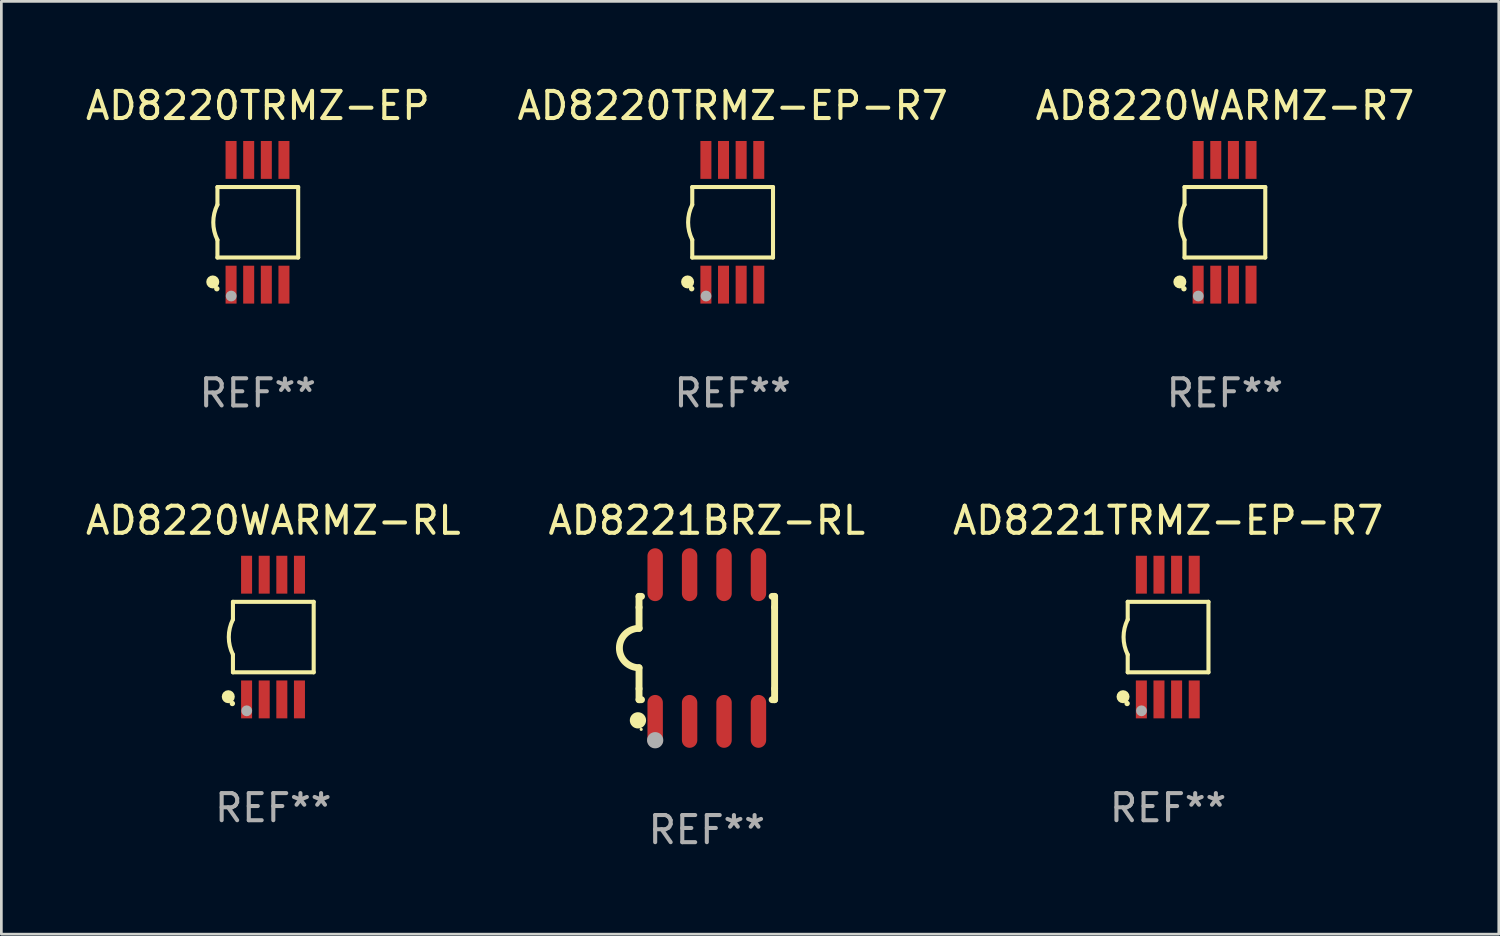
<source format=kicad_pcb>
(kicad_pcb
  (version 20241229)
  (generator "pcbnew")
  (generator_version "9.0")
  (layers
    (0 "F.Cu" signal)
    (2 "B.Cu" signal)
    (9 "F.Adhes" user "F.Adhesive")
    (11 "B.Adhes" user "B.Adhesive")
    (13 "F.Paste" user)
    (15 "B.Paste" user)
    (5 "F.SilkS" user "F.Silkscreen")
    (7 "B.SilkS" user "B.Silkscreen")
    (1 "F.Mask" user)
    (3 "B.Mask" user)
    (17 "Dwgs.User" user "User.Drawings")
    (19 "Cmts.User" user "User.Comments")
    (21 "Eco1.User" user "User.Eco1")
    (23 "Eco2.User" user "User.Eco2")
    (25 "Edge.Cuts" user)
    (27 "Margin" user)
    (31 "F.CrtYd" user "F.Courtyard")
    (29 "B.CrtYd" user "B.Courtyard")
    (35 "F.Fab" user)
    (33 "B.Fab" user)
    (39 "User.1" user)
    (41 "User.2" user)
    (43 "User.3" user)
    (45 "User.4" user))
  (footprint "AD8220TRMZ-EP"
    (layer "F.Cu")
    (at 6.458 5.148)
    (property "Reference" "AD8220TRMZ-EP" (at 0 -4.3 0) (layer "F.SilkS") (effects (font (size 1 1) (thickness 0.15))))
    (attr through_hole)
    (fp_line (start -1.489 -1.3) (end -1.489 -0.648) (stroke (width 0.15) (type solid)) (layer "F.SilkS"))
    (fp_line (start -1.489 0.648) (end -1.489 1.3) (stroke (width 0.15) (type solid)) (layer "F.SilkS"))
    (fp_line (start -1.489 1.3) (end 1.489 1.3) (stroke (width 0.15) (type solid)) (layer "F.SilkS"))
    (fp_line (start 1.489 -1.3) (end -1.489 -1.3) (stroke (width 0.15) (type solid)) (layer "F.SilkS"))
    (fp_line (start 1.489 1.3) (end 1.489 -1.3) (stroke (width 0.15) (type solid)) (layer "F.SilkS"))
    (fp_arc (start -1.489205 0.647702) (mid -1.642107 0) (end -1.489205 -0.647701) (stroke (width 0.150013) (type solid)) (layer "F.SilkS"))
    (fp_circle (center -1.661 2.2) (end -1.541 2.2) (stroke (width 0.24) (type solid)) (fill no) (layer "F.SilkS"))
    (fp_circle (center -1.511 2.45) (end -1.461 2.45) (stroke (width 0.1) (type solid)) (fill no) (layer "F.SilkS"))
    (fp_circle (center -0.981 2.72) (end -0.881 2.72) (stroke (width 0.2) (type solid)) (fill no) (layer "F.Fab"))
    (fp_text user "REF**" (at 0 6.3 0) (layer "F.Fab") (effects (font (size 1 1) (thickness 0.15))))
    (pad "1" smd rect (at -0.986 2.3) (size 0.406 1.397) (layers "F.Cu" "F.Mask" "F.Paste"))
    (pad "2" smd rect (at -0.336 2.3) (size 0.406 1.397) (layers "F.Cu" "F.Mask" "F.Paste"))
    (pad "3" smd rect (at 0.314 2.3) (size 0.406 1.397) (layers "F.Cu" "F.Mask" "F.Paste"))
    (pad "4" smd rect (at 0.964 2.3) (size 0.406 1.397) (layers "F.Cu" "F.Mask" "F.Paste"))
    (pad "5" smd rect (at 0.964 -2.3) (size 0.406 1.397) (layers "F.Cu" "F.Mask" "F.Paste"))
    (pad "6" smd rect (at 0.314 -2.3) (size 0.406 1.397) (layers "F.Cu" "F.Mask" "F.Paste"))
    (pad "7" smd rect (at -0.336 -2.3) (size 0.406 1.397) (layers "F.Cu" "F.Mask" "F.Paste"))
    (pad "8" smd rect (at -0.986 -2.3) (size 0.406 1.397) (layers "F.Cu" "F.Mask" "F.Paste")))
  (footprint "AD8221TRMZ-EP-R7"
    (layer "F.Cu")
    (at 40.03 20.445)
    (property "Reference" "AD8221TRMZ-EP-R7" (at 0 -4.3 0) (layer "F.SilkS") (effects (font (size 1 1) (thickness 0.15))))
    (attr through_hole)
    (fp_line (start -1.489 -1.3) (end -1.489 -0.648) (stroke (width 0.15) (type solid)) (layer "F.SilkS"))
    (fp_line (start -1.489 0.648) (end -1.489 1.3) (stroke (width 0.15) (type solid)) (layer "F.SilkS"))
    (fp_line (start -1.489 1.3) (end 1.489 1.3) (stroke (width 0.15) (type solid)) (layer "F.SilkS"))
    (fp_line (start 1.489 -1.3) (end -1.489 -1.3) (stroke (width 0.15) (type solid)) (layer "F.SilkS"))
    (fp_line (start 1.489 1.3) (end 1.489 -1.3) (stroke (width 0.15) (type solid)) (layer "F.SilkS"))
    (fp_arc (start -1.489205 0.647702) (mid -1.642107 0) (end -1.489205 -0.647701) (stroke (width 0.150013) (type solid)) (layer "F.SilkS"))
    (fp_circle (center -1.661 2.2) (end -1.541 2.2) (stroke (width 0.24) (type solid)) (fill no) (layer "F.SilkS"))
    (fp_circle (center -1.511 2.45) (end -1.461 2.45) (stroke (width 0.1) (type solid)) (fill no) (layer "F.SilkS"))
    (fp_circle (center -0.981 2.72) (end -0.881 2.72) (stroke (width 0.2) (type solid)) (fill no) (layer "F.Fab"))
    (fp_text user "REF**" (at 0 6.3 0) (layer "F.Fab") (effects (font (size 1 1) (thickness 0.15))))
    (pad "1" smd rect (at -0.986 2.3) (size 0.406 1.397) (layers "F.Cu" "F.Mask" "F.Paste"))
    (pad "2" smd rect (at -0.336 2.3) (size 0.406 1.397) (layers "F.Cu" "F.Mask" "F.Paste"))
    (pad "3" smd rect (at 0.314 2.3) (size 0.406 1.397) (layers "F.Cu" "F.Mask" "F.Paste"))
    (pad "4" smd rect (at 0.964 2.3) (size 0.406 1.397) (layers "F.Cu" "F.Mask" "F.Paste"))
    (pad "5" smd rect (at 0.964 -2.3) (size 0.406 1.397) (layers "F.Cu" "F.Mask" "F.Paste"))
    (pad "6" smd rect (at 0.314 -2.3) (size 0.406 1.397) (layers "F.Cu" "F.Mask" "F.Paste"))
    (pad "7" smd rect (at -0.336 -2.3) (size 0.406 1.397) (layers "F.Cu" "F.Mask" "F.Paste"))
    (pad "8" smd rect (at -0.986 -2.3) (size 0.406 1.397) (layers "F.Cu" "F.Mask" "F.Paste")))
  (footprint "AD8220TRMZ-EP-R7"
    (layer "F.Cu")
    (at 23.97 5.148)
    (property "Reference" "AD8220TRMZ-EP-R7" (at 0 -4.3 0) (layer "F.SilkS") (effects (font (size 1 1) (thickness 0.15))))
    (attr through_hole)
    (fp_line (start -1.489 -1.3) (end -1.489 -0.648) (stroke (width 0.15) (type solid)) (layer "F.SilkS"))
    (fp_line (start -1.489 0.648) (end -1.489 1.3) (stroke (width 0.15) (type solid)) (layer "F.SilkS"))
    (fp_line (start -1.489 1.3) (end 1.489 1.3) (stroke (width 0.15) (type solid)) (layer "F.SilkS"))
    (fp_line (start 1.489 -1.3) (end -1.489 -1.3) (stroke (width 0.15) (type solid)) (layer "F.SilkS"))
    (fp_line (start 1.489 1.3) (end 1.489 -1.3) (stroke (width 0.15) (type solid)) (layer "F.SilkS"))
    (fp_arc (start -1.489205 0.647702) (mid -1.642107 0) (end -1.489205 -0.647701) (stroke (width 0.150013) (type solid)) (layer "F.SilkS"))
    (fp_circle (center -1.661 2.2) (end -1.541 2.2) (stroke (width 0.24) (type solid)) (fill no) (layer "F.SilkS"))
    (fp_circle (center -1.511 2.45) (end -1.461 2.45) (stroke (width 0.1) (type solid)) (fill no) (layer "F.SilkS"))
    (fp_circle (center -0.981 2.72) (end -0.881 2.72) (stroke (width 0.2) (type solid)) (fill no) (layer "F.Fab"))
    (fp_text user "REF**" (at 0 6.3 0) (layer "F.Fab") (effects (font (size 1 1) (thickness 0.15))))
    (pad "1" smd rect (at -0.986 2.3) (size 0.406 1.397) (layers "F.Cu" "F.Mask" "F.Paste"))
    (pad "2" smd rect (at -0.336 2.3) (size 0.406 1.397) (layers "F.Cu" "F.Mask" "F.Paste"))
    (pad "3" smd rect (at 0.314 2.3) (size 0.406 1.397) (layers "F.Cu" "F.Mask" "F.Paste"))
    (pad "4" smd rect (at 0.964 2.3) (size 0.406 1.397) (layers "F.Cu" "F.Mask" "F.Paste"))
    (pad "5" smd rect (at 0.964 -2.3) (size 0.406 1.397) (layers "F.Cu" "F.Mask" "F.Paste"))
    (pad "6" smd rect (at 0.314 -2.3) (size 0.406 1.397) (layers "F.Cu" "F.Mask" "F.Paste"))
    (pad "7" smd rect (at -0.336 -2.3) (size 0.406 1.397) (layers "F.Cu" "F.Mask" "F.Paste"))
    (pad "8" smd rect (at -0.986 -2.3) (size 0.406 1.397) (layers "F.Cu" "F.Mask" "F.Paste")))
  (footprint "AD8221BRZ-RL"
    (layer "F.Cu")
    (at 23.018 20.85)
    (property "Reference" "AD8221BRZ-RL" (at 0 -4.705 0) (layer "F.SilkS") (effects (font (size 1 1) (thickness 0.15))))
    (attr through_hole)
    (fp_line (start -2.5 -1.905) (end -2.409 -1.905) (stroke (width 0.254) (type solid)) (layer "F.SilkS"))
    (fp_line (start -2.5 -1.5) (end -2.5 -1.905) (stroke (width 0.254) (type solid)) (layer "F.SilkS"))
    (fp_line (start -2.5 -1.5) (end -2.5 -0.726) (stroke (width 0.254) (type solid)) (layer "F.SilkS"))
    (fp_line (start -2.5 1.5) (end -2.5 0.727) (stroke (width 0.254) (type solid)) (layer "F.SilkS"))
    (fp_line (start -2.5 1.5) (end -2.5 1.905) (stroke (width 0.254) (type solid)) (layer "F.SilkS"))
    (fp_line (start -2.5 1.905) (end -2.409 1.905) (stroke (width 0.254) (type solid)) (layer "F.SilkS"))
    (fp_line (start 2.5 -1.905) (end 2.409 -1.905) (stroke (width 0.254) (type solid)) (layer "F.SilkS"))
    (fp_line (start 2.5 -1.5) (end 2.5 -1.905) (stroke (width 0.254) (type solid)) (layer "F.SilkS"))
    (fp_line (start 2.5 -1.5) (end 2.5 1.5) (stroke (width 0.254) (type solid)) (layer "F.SilkS"))
    (fp_line (start 2.5 1.5) (end 2.5 1.905) (stroke (width 0.254) (type solid)) (layer "F.SilkS"))
    (fp_line (start 2.5 1.905) (end 2.409 1.905) (stroke (width 0.254) (type solid)) (layer "F.SilkS"))
    (fp_arc (start -2.5 0.726568) (mid -3.220316 -0.0023) (end -2.495097 -0.726289) (stroke (width 0.254001) (type solid)) (layer "F.SilkS"))
    (fp_circle (center -2.54 2.667) (end -2.39 2.667) (stroke (width 0.3) (type solid)) (fill no) (layer "F.SilkS"))
    (fp_circle (center -2.42 3) (end -2.39 3) (stroke (width 0.06) (type solid)) (fill no) (layer "F.SilkS"))
    (fp_circle (center -1.905 3.4) (end -1.755 3.4) (stroke (width 0.3) (type solid)) (fill no) (layer "F.Fab"))
    (fp_text user "REF**" (at 0 6.705 0) (layer "F.Fab") (effects (font (size 1 1) (thickness 0.15))))
    (pad "1" smd oval (at -1.905 2.705) (size 0.568 1.95) (layers "F.Cu" "F.Mask" "F.Paste"))
    (pad "2" smd oval (at -0.635 2.705) (size 0.568 1.95) (layers "F.Cu" "F.Mask" "F.Paste"))
    (pad "3" smd oval (at 0.635 2.705) (size 0.568 1.95) (layers "F.Cu" "F.Mask" "F.Paste"))
    (pad "4" smd oval (at 1.905 2.705) (size 0.568 1.95) (layers "F.Cu" "F.Mask" "F.Paste"))
    (pad "5" smd oval (at 1.905 -2.705) (size 0.568 1.95) (layers "F.Cu" "F.Mask" "F.Paste"))
    (pad "6" smd oval (at 0.635 -2.705) (size 0.568 1.95) (layers "F.Cu" "F.Mask" "F.Paste"))
    (pad "7" smd oval (at -0.635 -2.705) (size 0.568 1.95) (layers "F.Cu" "F.Mask" "F.Paste"))
    (pad "8" smd oval (at -1.905 -2.705) (size 0.568 1.95) (layers "F.Cu" "F.Mask" "F.Paste")))
  (footprint "AD8220WARMZ-RL"
    (layer "F.Cu")
    (at 7.03 20.445)
    (property "Reference" "AD8220WARMZ-RL" (at 0 -4.3 0) (layer "F.SilkS") (effects (font (size 1 1) (thickness 0.15))))
    (attr through_hole)
    (fp_line (start -1.489 -1.3) (end -1.489 -0.648) (stroke (width 0.15) (type solid)) (layer "F.SilkS"))
    (fp_line (start -1.489 0.648) (end -1.489 1.3) (stroke (width 0.15) (type solid)) (layer "F.SilkS"))
    (fp_line (start -1.489 1.3) (end 1.489 1.3) (stroke (width 0.15) (type solid)) (layer "F.SilkS"))
    (fp_line (start 1.489 -1.3) (end -1.489 -1.3) (stroke (width 0.15) (type solid)) (layer "F.SilkS"))
    (fp_line (start 1.489 1.3) (end 1.489 -1.3) (stroke (width 0.15) (type solid)) (layer "F.SilkS"))
    (fp_arc (start -1.489205 0.647702) (mid -1.642107 0) (end -1.489205 -0.647701) (stroke (width 0.150013) (type solid)) (layer "F.SilkS"))
    (fp_circle (center -1.661 2.2) (end -1.541 2.2) (stroke (width 0.24) (type solid)) (fill no) (layer "F.SilkS"))
    (fp_circle (center -1.511 2.45) (end -1.461 2.45) (stroke (width 0.1) (type solid)) (fill no) (layer "F.SilkS"))
    (fp_circle (center -0.981 2.72) (end -0.881 2.72) (stroke (width 0.2) (type solid)) (fill no) (layer "F.Fab"))
    (fp_text user "REF**" (at 0 6.3 0) (layer "F.Fab") (effects (font (size 1 1) (thickness 0.15))))
    (pad "1" smd rect (at -0.986 2.3) (size 0.406 1.397) (layers "F.Cu" "F.Mask" "F.Paste"))
    (pad "2" smd rect (at -0.336 2.3) (size 0.406 1.397) (layers "F.Cu" "F.Mask" "F.Paste"))
    (pad "3" smd rect (at 0.314 2.3) (size 0.406 1.397) (layers "F.Cu" "F.Mask" "F.Paste"))
    (pad "4" smd rect (at 0.964 2.3) (size 0.406 1.397) (layers "F.Cu" "F.Mask" "F.Paste"))
    (pad "5" smd rect (at 0.964 -2.3) (size 0.406 1.397) (layers "F.Cu" "F.Mask" "F.Paste"))
    (pad "6" smd rect (at 0.314 -2.3) (size 0.406 1.397) (layers "F.Cu" "F.Mask" "F.Paste"))
    (pad "7" smd rect (at -0.336 -2.3) (size 0.406 1.397) (layers "F.Cu" "F.Mask" "F.Paste"))
    (pad "8" smd rect (at -0.986 -2.3) (size 0.406 1.397) (layers "F.Cu" "F.Mask" "F.Paste")))
  (footprint "AD8220WARMZ-R7"
    (layer "F.Cu")
    (at 42.125 5.148)
    (property "Reference" "AD8220WARMZ-R7" (at 0 -4.3 0) (layer "F.SilkS") (effects (font (size 1 1) (thickness 0.15))))
    (attr through_hole)
    (fp_line (start -1.489 -1.3) (end -1.489 -0.648) (stroke (width 0.15) (type solid)) (layer "F.SilkS"))
    (fp_line (start -1.489 0.648) (end -1.489 1.3) (stroke (width 0.15) (type solid)) (layer "F.SilkS"))
    (fp_line (start -1.489 1.3) (end 1.489 1.3) (stroke (width 0.15) (type solid)) (layer "F.SilkS"))
    (fp_line (start 1.489 -1.3) (end -1.489 -1.3) (stroke (width 0.15) (type solid)) (layer "F.SilkS"))
    (fp_line (start 1.489 1.3) (end 1.489 -1.3) (stroke (width 0.15) (type solid)) (layer "F.SilkS"))
    (fp_arc (start -1.489205 0.647702) (mid -1.642107 0) (end -1.489205 -0.647701) (stroke (width 0.150013) (type solid)) (layer "F.SilkS"))
    (fp_circle (center -1.661 2.2) (end -1.541 2.2) (stroke (width 0.24) (type solid)) (fill no) (layer "F.SilkS"))
    (fp_circle (center -1.511 2.45) (end -1.461 2.45) (stroke (width 0.1) (type solid)) (fill no) (layer "F.SilkS"))
    (fp_circle (center -0.981 2.72) (end -0.881 2.72) (stroke (width 0.2) (type solid)) (fill no) (layer "F.Fab"))
    (fp_text user "REF**" (at 0 6.3 0) (layer "F.Fab") (effects (font (size 1 1) (thickness 0.15))))
    (pad "1" smd rect (at -0.986 2.3) (size 0.406 1.397) (layers "F.Cu" "F.Mask" "F.Paste"))
    (pad "2" smd rect (at -0.336 2.3) (size 0.406 1.397) (layers "F.Cu" "F.Mask" "F.Paste"))
    (pad "3" smd rect (at 0.314 2.3) (size 0.406 1.397) (layers "F.Cu" "F.Mask" "F.Paste"))
    (pad "4" smd rect (at 0.964 2.3) (size 0.406 1.397) (layers "F.Cu" "F.Mask" "F.Paste"))
    (pad "5" smd rect (at 0.964 -2.3) (size 0.406 1.397) (layers "F.Cu" "F.Mask" "F.Paste"))
    (pad "6" smd rect (at 0.314 -2.3) (size 0.406 1.397) (layers "F.Cu" "F.Mask" "F.Paste"))
    (pad "7" smd rect (at -0.336 -2.3) (size 0.406 1.397) (layers "F.Cu" "F.Mask" "F.Paste"))
    (pad "8" smd rect (at -0.986 -2.3) (size 0.406 1.397) (layers "F.Cu" "F.Mask" "F.Paste")))
  (gr_rect
    (start -3 -3)
    (end 52.226 31.403)
    (stroke (width 0.1) (type default))
    (fill no)
    (layer "Edge.Cuts")))
</source>
